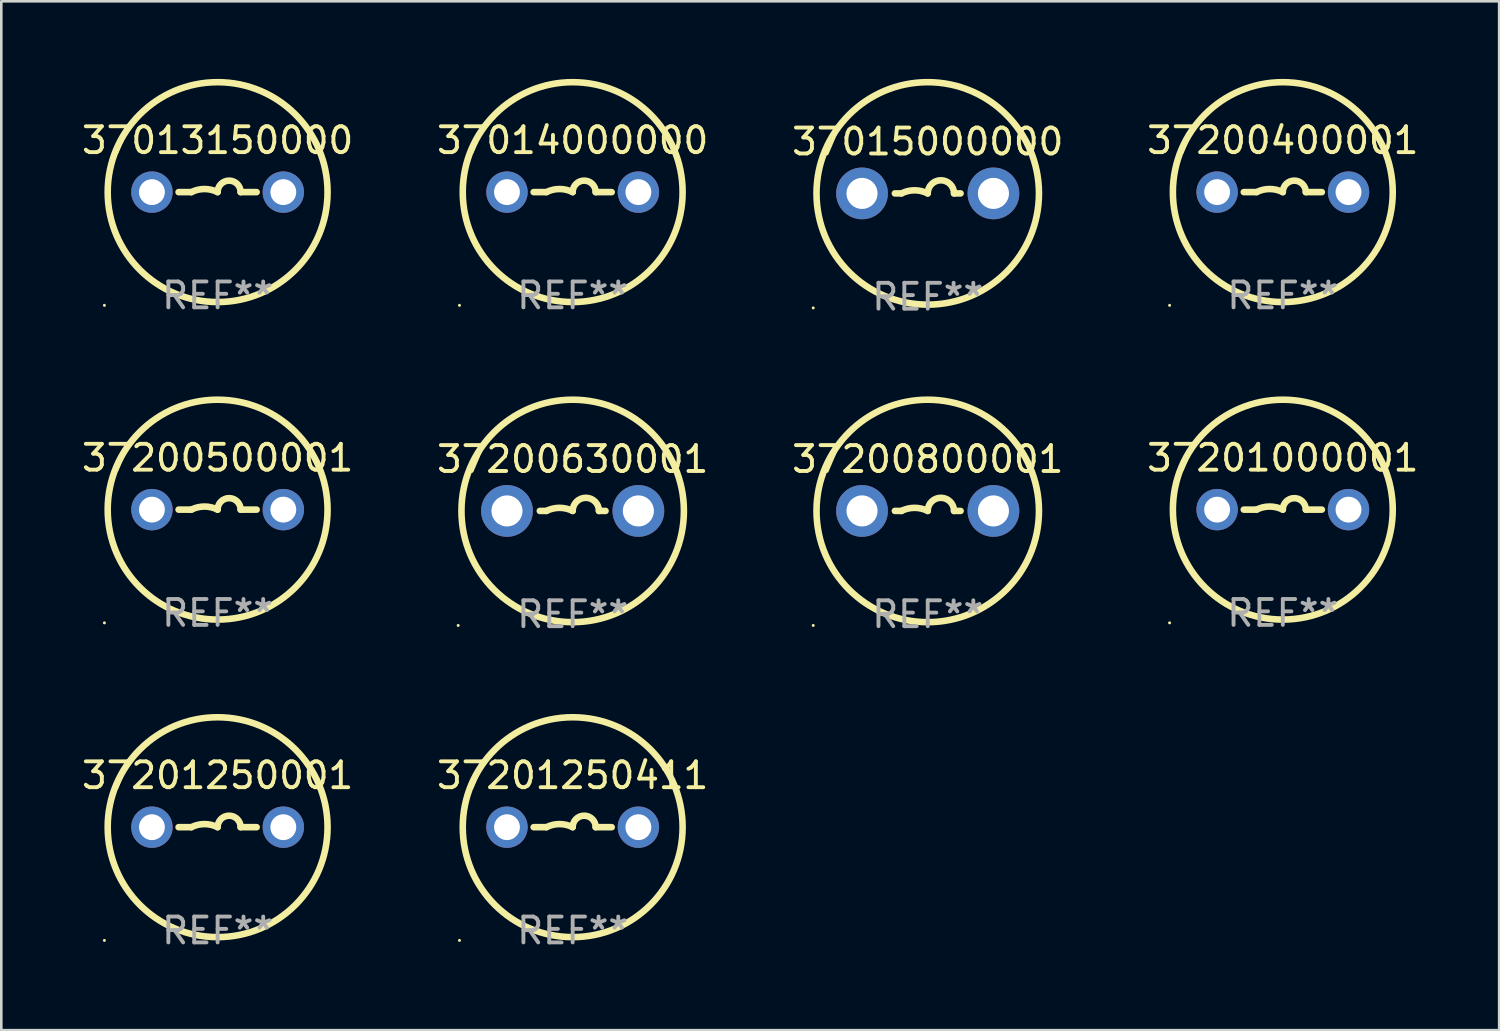
<source format=kicad_pcb>
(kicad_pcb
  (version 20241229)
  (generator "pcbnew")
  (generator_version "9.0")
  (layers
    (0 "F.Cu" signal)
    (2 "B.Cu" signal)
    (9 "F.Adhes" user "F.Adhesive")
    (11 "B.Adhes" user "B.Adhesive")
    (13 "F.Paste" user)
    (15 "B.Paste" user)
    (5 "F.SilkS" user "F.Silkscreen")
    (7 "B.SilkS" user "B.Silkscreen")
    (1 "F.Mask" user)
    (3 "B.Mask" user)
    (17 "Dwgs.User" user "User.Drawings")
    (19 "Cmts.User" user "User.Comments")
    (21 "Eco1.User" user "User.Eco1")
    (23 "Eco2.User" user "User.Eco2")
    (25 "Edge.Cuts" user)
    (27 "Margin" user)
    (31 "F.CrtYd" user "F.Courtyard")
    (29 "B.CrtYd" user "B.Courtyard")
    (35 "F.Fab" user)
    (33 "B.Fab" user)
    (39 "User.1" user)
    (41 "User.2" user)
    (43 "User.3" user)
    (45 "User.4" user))
  (footprint "37201250411"
    (layer "F.Cu")
    (at 19.089 28.928)
    (property "Reference" "37201250411" (at 0 -2 0) (layer "F.SilkS") (effects (font (size 1 1) (thickness 0.15))))
    (attr through_hole)
    (fp_line (start -1.509 0) (end -1.016 0) (stroke (width 0.254) (type solid)) (layer "F.SilkS"))
    (fp_line (start 1.509 0) (end 0.889 0) (stroke (width 0.254) (type solid)) (layer "F.SilkS"))
    (fp_arc (start -1.016002 0) (mid -0.508001 -0.119923) (end 0 0) (stroke (width 0.254001) (type solid)) (layer "F.SilkS"))
    (fp_arc (start 0 0) (mid 0.444501 -0.444501) (end 0.889002 0) (stroke (width 0.254001) (type solid)) (layer "F.SilkS"))
    (fp_circle (center -4.377 4.377) (end -4.347 4.377) (stroke (width 0.06) (type solid)) (fill no) (layer "F.SilkS"))
    (fp_circle (center 0 0) (end 4.25 0) (stroke (width 0.254) (type solid)) (fill no) (layer "F.SilkS"))
    (fp_text user "REF**" (at 0 4 0) (layer "F.Fab") (effects (font (size 1 1) (thickness 0.15))))
    (pad "1" thru_hole circle (at -2.54 0) (size 1.6 1.6) (drill 1) (layers "*.Cu" "*.Mask"))
    (pad "2" thru_hole circle (at 2.54 0) (size 1.6 1.6) (drill 1) (layers "*.Cu" "*.Mask")))
  (footprint "37013150000"
    (layer "F.Cu")
    (at 5.363 4.377)
    (property "Reference" "37013150000" (at 0 -2 0) (layer "F.SilkS") (effects (font (size 1 1) (thickness 0.15))))
    (attr through_hole)
    (fp_line (start -1.509 0) (end -1.016 0) (stroke (width 0.254) (type solid)) (layer "F.SilkS"))
    (fp_line (start 1.509 0) (end 0.889 0) (stroke (width 0.254) (type solid)) (layer "F.SilkS"))
    (fp_arc (start -1.016002 0) (mid -0.508001 -0.119923) (end 0 0) (stroke (width 0.254001) (type solid)) (layer "F.SilkS"))
    (fp_arc (start 0 0) (mid 0.444501 -0.444501) (end 0.889002 0) (stroke (width 0.254001) (type solid)) (layer "F.SilkS"))
    (fp_circle (center -4.377 4.377) (end -4.347 4.377) (stroke (width 0.06) (type solid)) (fill no) (layer "F.SilkS"))
    (fp_circle (center 0 0) (end 4.25 0) (stroke (width 0.254) (type solid)) (fill no) (layer "F.SilkS"))
    (fp_text user "REF**" (at 0 4 0) (layer "F.Fab") (effects (font (size 1 1) (thickness 0.15))))
    (pad "1" thru_hole circle (at -2.54 0) (size 1.6 1.6) (drill 1) (layers "*.Cu" "*.Mask"))
    (pad "2" thru_hole circle (at 2.54 0) (size 1.6 1.6) (drill 1) (layers "*.Cu" "*.Mask")))
  (footprint "37200800001"
    (layer "F.Cu")
    (at 32.815 16.702)
    (property "Reference" "37200800001" (at 0 -2 0) (layer "F.SilkS") (effects (font (size 1 1) (thickness 0.15))))
    (attr through_hole)
    (fp_line (start -1.016 0) (end -1.27 0) (stroke (width 0.254) (type solid)) (layer "F.SilkS"))
    (fp_line (start 1.016 0) (end 1.27 0) (stroke (width 0.254) (type solid)) (layer "F.SilkS"))
    (fp_arc (start -1.016002 0) (mid -0.508001 -0.119923) (end 0 0) (stroke (width 0.254001) (type solid)) (layer "F.SilkS"))
    (fp_arc (start 0 0) (mid 0.508001 -0.508001) (end 1.016002 0) (stroke (width 0.254001) (type solid)) (layer "F.SilkS"))
    (fp_circle (center -4.427 4.427) (end -4.397 4.427) (stroke (width 0.06) (type solid)) (fill no) (layer "F.SilkS"))
    (fp_circle (center 0 0) (end 4.3 0) (stroke (width 0.254) (type solid)) (fill no) (layer "F.SilkS"))
    (fp_text user "REF**" (at 0 4 0) (layer "F.Fab") (effects (font (size 1 1) (thickness 0.15))))
    (pad "1" thru_hole circle (at -2.54 0) (size 2 2) (drill 1.2) (layers "*.Cu" "*.Mask"))
    (pad "2" thru_hole circle (at 2.54 0) (size 2 2) (drill 1.2) (layers "*.Cu" "*.Mask")))
  (footprint "37200400001"
    (layer "F.Cu")
    (at 46.542 4.377)
    (property "Reference" "37200400001" (at 0 -2 0) (layer "F.SilkS") (effects (font (size 1 1) (thickness 0.15))))
    (attr through_hole)
    (fp_line (start -1.509 0) (end -1.016 0) (stroke (width 0.254) (type solid)) (layer "F.SilkS"))
    (fp_line (start 1.509 0) (end 0.889 0) (stroke (width 0.254) (type solid)) (layer "F.SilkS"))
    (fp_arc (start -1.016002 0) (mid -0.508001 -0.119923) (end 0 0) (stroke (width 0.254001) (type solid)) (layer "F.SilkS"))
    (fp_arc (start 0 0) (mid 0.444501 -0.444501) (end 0.889002 0) (stroke (width 0.254001) (type solid)) (layer "F.SilkS"))
    (fp_circle (center -4.377 4.377) (end -4.347 4.377) (stroke (width 0.06) (type solid)) (fill no) (layer "F.SilkS"))
    (fp_circle (center 0 0) (end 4.25 0) (stroke (width 0.254) (type solid)) (fill no) (layer "F.SilkS"))
    (fp_text user "REF**" (at 0 4 0) (layer "F.Fab") (effects (font (size 1 1) (thickness 0.15))))
    (pad "1" thru_hole circle (at -2.54 0) (size 1.6 1.6) (drill 1) (layers "*.Cu" "*.Mask"))
    (pad "2" thru_hole circle (at 2.54 0) (size 1.6 1.6) (drill 1) (layers "*.Cu" "*.Mask")))
  (footprint "37201250001"
    (layer "F.Cu")
    (at 5.363 28.928)
    (property "Reference" "37201250001" (at 0 -2 0) (layer "F.SilkS") (effects (font (size 1 1) (thickness 0.15))))
    (attr through_hole)
    (fp_line (start -1.509 0) (end -1.016 0) (stroke (width 0.254) (type solid)) (layer "F.SilkS"))
    (fp_line (start 1.509 0) (end 0.889 0) (stroke (width 0.254) (type solid)) (layer "F.SilkS"))
    (fp_arc (start -1.016002 0) (mid -0.508001 -0.119923) (end 0 0) (stroke (width 0.254001) (type solid)) (layer "F.SilkS"))
    (fp_arc (start 0 0) (mid 0.444501 -0.444501) (end 0.889002 0) (stroke (width 0.254001) (type solid)) (layer "F.SilkS"))
    (fp_circle (center -4.377 4.377) (end -4.347 4.377) (stroke (width 0.06) (type solid)) (fill no) (layer "F.SilkS"))
    (fp_circle (center 0 0) (end 4.25 0) (stroke (width 0.254) (type solid)) (fill no) (layer "F.SilkS"))
    (fp_text user "REF**" (at 0 4 0) (layer "F.Fab") (effects (font (size 1 1) (thickness 0.15))))
    (pad "1" thru_hole circle (at -2.54 0) (size 1.6 1.6) (drill 1) (layers "*.Cu" "*.Mask"))
    (pad "2" thru_hole circle (at 2.54 0) (size 1.6 1.6) (drill 1) (layers "*.Cu" "*.Mask")))
  (footprint "37015000000"
    (layer "F.Cu")
    (at 32.815 4.427)
    (property "Reference" "37015000000" (at 0 -2 0) (layer "F.SilkS") (effects (font (size 1 1) (thickness 0.15))))
    (attr through_hole)
    (fp_line (start -1.016 0) (end -1.27 0) (stroke (width 0.254) (type solid)) (layer "F.SilkS"))
    (fp_line (start 1.016 0) (end 1.27 0) (stroke (width 0.254) (type solid)) (layer "F.SilkS"))
    (fp_arc (start -1.016002 0) (mid -0.508001 -0.119923) (end 0 0) (stroke (width 0.254001) (type solid)) (layer "F.SilkS"))
    (fp_arc (start 0 0) (mid 0.508001 -0.508001) (end 1.016002 0) (stroke (width 0.254001) (type solid)) (layer "F.SilkS"))
    (fp_circle (center -4.427 4.427) (end -4.397 4.427) (stroke (width 0.06) (type solid)) (fill no) (layer "F.SilkS"))
    (fp_circle (center 0 0) (end 4.3 0) (stroke (width 0.254) (type solid)) (fill no) (layer "F.SilkS"))
    (fp_text user "REF**" (at 0 4 0) (layer "F.Fab") (effects (font (size 1 1) (thickness 0.15))))
    (pad "1" thru_hole circle (at -2.54 0) (size 2 2) (drill 1.2) (layers "*.Cu" "*.Mask"))
    (pad "2" thru_hole circle (at 2.54 0) (size 2 2) (drill 1.2) (layers "*.Cu" "*.Mask")))
  (footprint "37200630001"
    (layer "F.Cu")
    (at 19.089 16.702)
    (property "Reference" "37200630001" (at 0 -2 0) (layer "F.SilkS") (effects (font (size 1 1) (thickness 0.15))))
    (attr through_hole)
    (fp_line (start -1.016 0) (end -1.27 0) (stroke (width 0.254) (type solid)) (layer "F.SilkS"))
    (fp_line (start 1.016 0) (end 1.27 0) (stroke (width 0.254) (type solid)) (layer "F.SilkS"))
    (fp_arc (start -1.016002 0) (mid -0.508001 -0.119923) (end 0 0) (stroke (width 0.254001) (type solid)) (layer "F.SilkS"))
    (fp_arc (start 0 0) (mid 0.508001 -0.508001) (end 1.016002 0) (stroke (width 0.254001) (type solid)) (layer "F.SilkS"))
    (fp_circle (center -4.427 4.427) (end -4.397 4.427) (stroke (width 0.06) (type solid)) (fill no) (layer "F.SilkS"))
    (fp_circle (center 0 0) (end 4.3 0) (stroke (width 0.254) (type solid)) (fill no) (layer "F.SilkS"))
    (fp_text user "REF**" (at 0 4 0) (layer "F.Fab") (effects (font (size 1 1) (thickness 0.15))))
    (pad "1" thru_hole circle (at -2.54 0) (size 2 2) (drill 1.2) (layers "*.Cu" "*.Mask"))
    (pad "2" thru_hole circle (at 2.54 0) (size 2 2) (drill 1.2) (layers "*.Cu" "*.Mask")))
  (footprint "37014000000"
    (layer "F.Cu")
    (at 19.089 4.377)
    (property "Reference" "37014000000" (at 0 -2 0) (layer "F.SilkS") (effects (font (size 1 1) (thickness 0.15))))
    (attr through_hole)
    (fp_line (start -1.509 0) (end -1.016 0) (stroke (width 0.254) (type solid)) (layer "F.SilkS"))
    (fp_line (start 1.509 0) (end 0.889 0) (stroke (width 0.254) (type solid)) (layer "F.SilkS"))
    (fp_arc (start -1.016002 0) (mid -0.508001 -0.119923) (end 0 0) (stroke (width 0.254001) (type solid)) (layer "F.SilkS"))
    (fp_arc (start 0 0) (mid 0.444501 -0.444501) (end 0.889002 0) (stroke (width 0.254001) (type solid)) (layer "F.SilkS"))
    (fp_circle (center -4.377 4.377) (end -4.347 4.377) (stroke (width 0.06) (type solid)) (fill no) (layer "F.SilkS"))
    (fp_circle (center 0 0) (end 4.25 0) (stroke (width 0.254) (type solid)) (fill no) (layer "F.SilkS"))
    (fp_text user "REF**" (at 0 4 0) (layer "F.Fab") (effects (font (size 1 1) (thickness 0.15))))
    (pad "1" thru_hole circle (at -2.54 0) (size 1.6 1.6) (drill 1) (layers "*.Cu" "*.Mask"))
    (pad "2" thru_hole circle (at 2.54 0) (size 1.6 1.6) (drill 1) (layers "*.Cu" "*.Mask")))
  (footprint "37201000001"
    (layer "F.Cu")
    (at 46.542 16.652)
    (property "Reference" "37201000001" (at 0 -2 0) (layer "F.SilkS") (effects (font (size 1 1) (thickness 0.15))))
    (attr through_hole)
    (fp_line (start -1.509 0) (end -1.016 0) (stroke (width 0.254) (type solid)) (layer "F.SilkS"))
    (fp_line (start 1.509 0) (end 0.889 0) (stroke (width 0.254) (type solid)) (layer "F.SilkS"))
    (fp_arc (start -1.016002 0) (mid -0.508001 -0.119923) (end 0 0) (stroke (width 0.254001) (type solid)) (layer "F.SilkS"))
    (fp_arc (start 0 0) (mid 0.444501 -0.444501) (end 0.889002 0) (stroke (width 0.254001) (type solid)) (layer "F.SilkS"))
    (fp_circle (center -4.377 4.377) (end -4.347 4.377) (stroke (width 0.06) (type solid)) (fill no) (layer "F.SilkS"))
    (fp_circle (center 0 0) (end 4.25 0) (stroke (width 0.254) (type solid)) (fill no) (layer "F.SilkS"))
    (fp_text user "REF**" (at 0 4 0) (layer "F.Fab") (effects (font (size 1 1) (thickness 0.15))))
    (pad "1" thru_hole circle (at -2.54 0) (size 1.6 1.6) (drill 1) (layers "*.Cu" "*.Mask"))
    (pad "2" thru_hole circle (at 2.54 0) (size 1.6 1.6) (drill 1) (layers "*.Cu" "*.Mask")))
  (footprint "37200500001"
    (layer "F.Cu")
    (at 5.363 16.652)
    (property "Reference" "37200500001" (at 0 -2 0) (layer "F.SilkS") (effects (font (size 1 1) (thickness 0.15))))
    (attr through_hole)
    (fp_line (start -1.509 0) (end -1.016 0) (stroke (width 0.254) (type solid)) (layer "F.SilkS"))
    (fp_line (start 1.509 0) (end 0.889 0) (stroke (width 0.254) (type solid)) (layer "F.SilkS"))
    (fp_arc (start -1.016002 0) (mid -0.508001 -0.119923) (end 0 0) (stroke (width 0.254001) (type solid)) (layer "F.SilkS"))
    (fp_arc (start 0 0) (mid 0.444501 -0.444501) (end 0.889002 0) (stroke (width 0.254001) (type solid)) (layer "F.SilkS"))
    (fp_circle (center -4.377 4.377) (end -4.347 4.377) (stroke (width 0.06) (type solid)) (fill no) (layer "F.SilkS"))
    (fp_circle (center 0 0) (end 4.25 0) (stroke (width 0.254) (type solid)) (fill no) (layer "F.SilkS"))
    (fp_text user "REF**" (at 0 4 0) (layer "F.Fab") (effects (font (size 1 1) (thickness 0.15))))
    (pad "1" thru_hole circle (at -2.54 0) (size 1.6 1.6) (drill 1) (layers "*.Cu" "*.Mask"))
    (pad "2" thru_hole circle (at 2.54 0) (size 1.6 1.6) (drill 1) (layers "*.Cu" "*.Mask")))
  (gr_rect
    (start -3 -3)
    (end 54.905 36.776)
    (stroke (width 0.1) (type default))
    (fill no)
    (layer "Edge.Cuts")))
</source>
